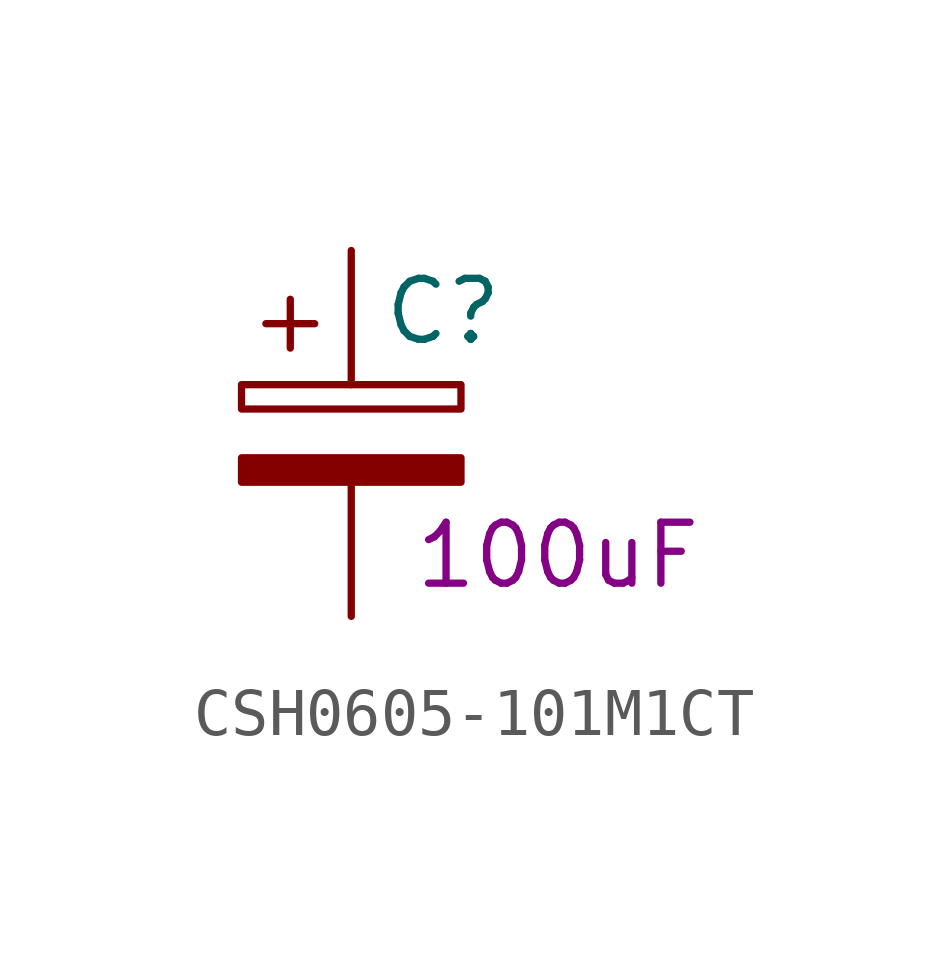
<source format=kicad_sym>
(kicad_symbol_lib
  (version 20220914)
  (generator kicad_symbol_editor)
  (symbol "CSH0605-101M1CT"
    (pin_numbers hide)
    (pin_names
      (offset 0.254))
    (property "Reference" "C"
      (at 0.635 2.54 0)
      (effects (font (size 1.27 1.27)) (justify left)))
    (property "Capacitance" "100uF"
      (at 1.27 -2.54 0)
      (effects (font (size 1.27 1.27)) (justify left)))
    (symbol "CSH0605-101M1CT_0_1"
      (rectangle (start -2.286 0.508) (end 2.286 1.016) (stroke (width 0) (type default)) (fill (type none)))
      (polyline (pts (xy -1.778 2.286) (xy -0.762 2.286)) (stroke (width 0) (type default)) (fill (type none)))
      (polyline (pts (xy -1.27 2.794) (xy -1.27 1.778)) (stroke (width 0) (type default)) (fill (type none)))
      (rectangle (start 2.286 -0.508) (end -2.286 -1.016) (stroke (width 0) (type default)) (fill (type outline))))
    (symbol "CSH0605-101M1CT_1_1"
      (pin passive line (at 0 3.81 270) (length 2.794) (name "~" (effects (font (size 1.27 1.27)))) (number "1" (effects (font (size 1.27 1.27)))))
      (pin passive line (at 0 -3.81 90) (length 2.794) (name "~" (effects (font (size 1.27 1.27)))) (number "2" (effects (font (size 1.27 1.27))))))))
</source>
